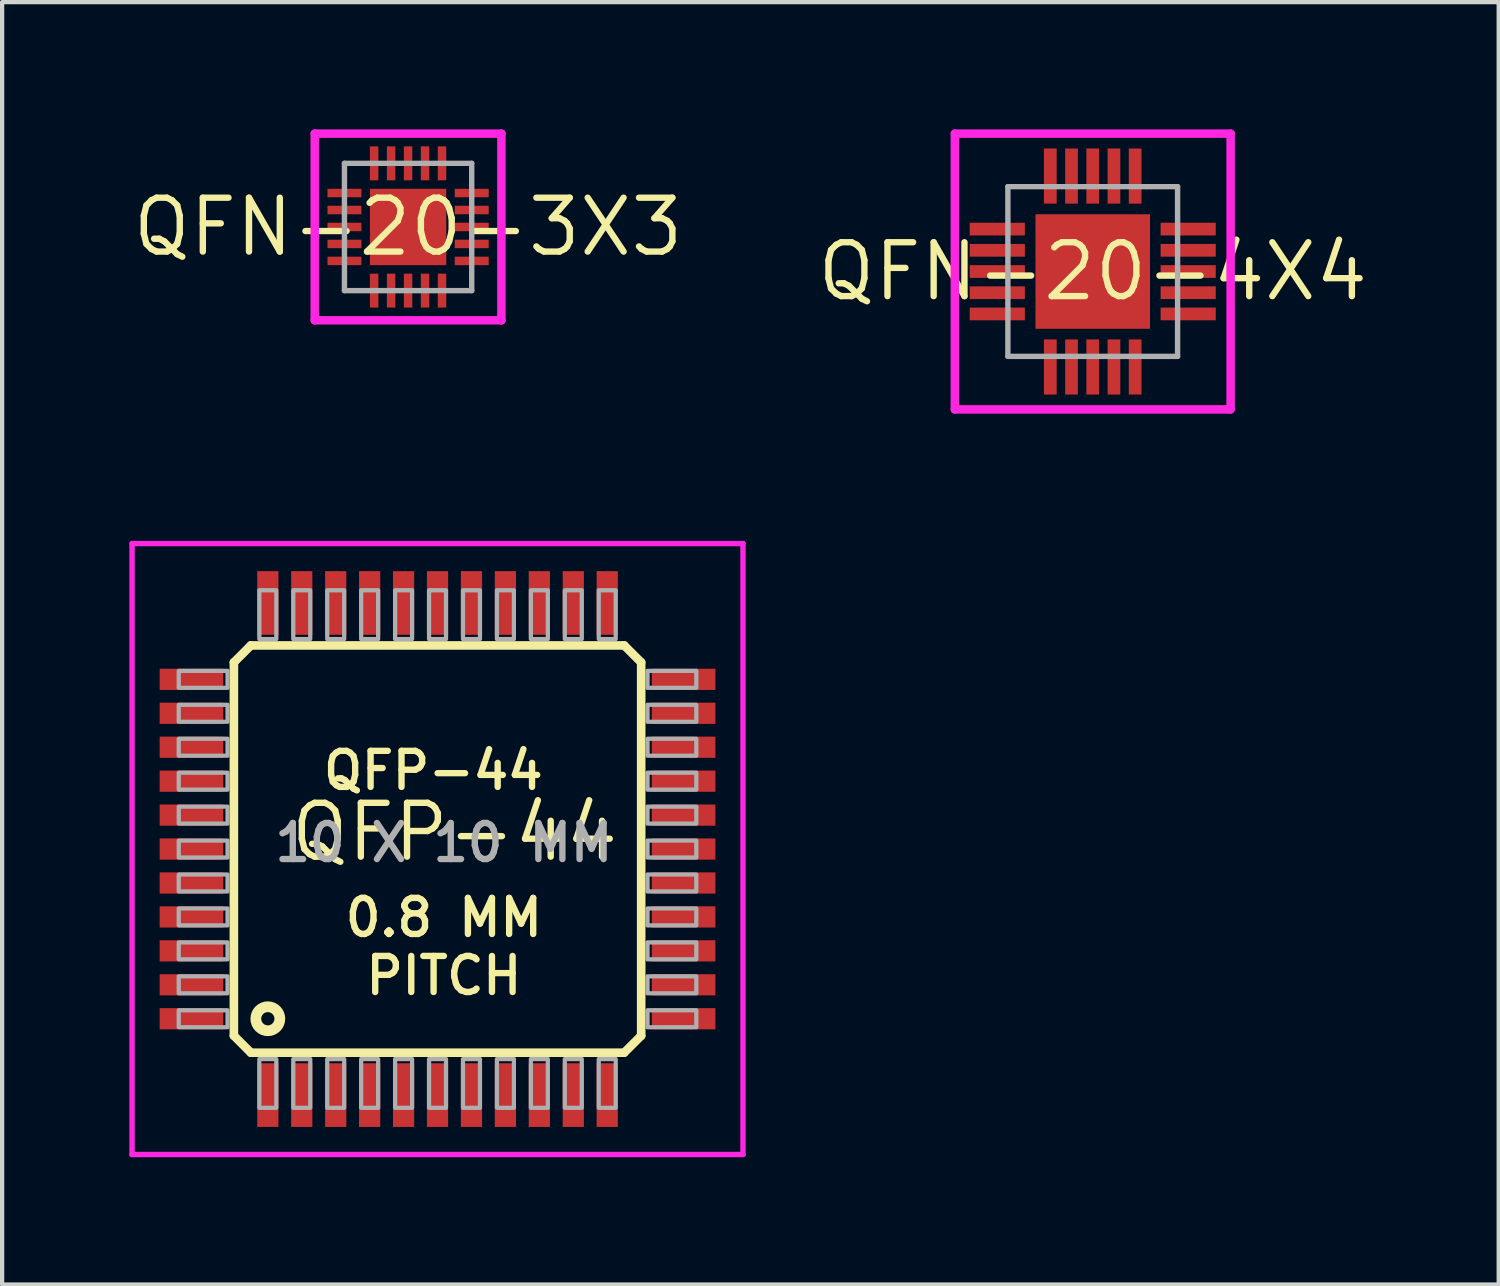
<source format=kicad_pcb>
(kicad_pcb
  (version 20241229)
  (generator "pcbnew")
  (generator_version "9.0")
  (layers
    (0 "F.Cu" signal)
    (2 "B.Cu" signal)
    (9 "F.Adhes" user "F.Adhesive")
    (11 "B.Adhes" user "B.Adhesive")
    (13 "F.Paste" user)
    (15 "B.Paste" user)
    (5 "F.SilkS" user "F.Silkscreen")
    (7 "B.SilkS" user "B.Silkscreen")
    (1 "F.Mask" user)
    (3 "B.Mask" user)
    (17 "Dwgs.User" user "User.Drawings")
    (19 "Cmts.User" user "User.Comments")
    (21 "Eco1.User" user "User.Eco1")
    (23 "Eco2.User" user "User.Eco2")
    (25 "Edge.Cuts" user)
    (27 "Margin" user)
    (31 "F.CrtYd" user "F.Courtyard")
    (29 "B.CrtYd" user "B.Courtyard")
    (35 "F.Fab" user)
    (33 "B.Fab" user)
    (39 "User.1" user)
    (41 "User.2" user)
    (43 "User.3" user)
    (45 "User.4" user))
  (footprint "QFN-20-3X3"
    (layer "F.Cu")
    (at 6.569 2.3)
    (property "Reference" "QFN-20-3X3" (at 0 0 0) (layer "F.SilkS") (effects (font (size 1.27 1.27) (thickness 0.15))))
    (fp_line (start -2.2 -2.2) (end 2.2 -2.2) (stroke (width 0.2) (type solid)) (layer "F.CrtYd"))
    (fp_line (start -2.2 2.2) (end -2.2 -2.2) (stroke (width 0.2) (type solid)) (layer "F.CrtYd"))
    (fp_line (start 2.2 -2.2) (end 2.2 2.2) (stroke (width 0.2) (type solid)) (layer "F.CrtYd"))
    (fp_line (start 2.2 2.2) (end -2.2 2.2) (stroke (width 0.2) (type solid)) (layer "F.CrtYd"))
    (fp_line (start -1.5 -1.5) (end 1.5 -1.5) (stroke (width 0.127) (type solid)) (layer "F.Fab"))
    (fp_line (start -1.5 1.5) (end -1.5 -1.5) (stroke (width 0.127) (type solid)) (layer "F.Fab"))
    (fp_line (start 1.5 -1.5) (end 1.5 1.5) (stroke (width 0.127) (type solid)) (layer "F.Fab"))
    (fp_line (start 1.5 1.5) (end -1.5 1.5) (stroke (width 0.127) (type solid)) (layer "F.Fab"))
    (pad "01" smd roundrect (at -0.8 1.5) (size 0.2 0.8) (layers "F.Cu" "F.Mask" "F.Paste") (roundrect_rratio 0.075))
    (pad "02" smd rect (at -0.4 1.5) (size 0.2 0.8) (layers "F.Cu" "F.Mask" "F.Paste"))
    (pad "03" smd rect (at 0 1.5) (size 0.2 0.8) (layers "F.Cu" "F.Mask" "F.Paste"))
    (pad "04" smd rect (at 0.4 1.5) (size 0.2 0.8) (layers "F.Cu" "F.Mask" "F.Paste"))
    (pad "05" smd rect (at 0.8 1.5) (size 0.2 0.8) (layers "F.Cu" "F.Mask" "F.Paste"))
    (pad "06" smd rect (at 1.5 0.8 90) (size 0.2 0.8) (layers "F.Cu" "F.Mask" "F.Paste"))
    (pad "07" smd rect (at 1.5 0.4 90) (size 0.2 0.8) (layers "F.Cu" "F.Mask" "F.Paste"))
    (pad "08" smd rect (at 1.5 0 90) (size 0.2 0.8) (layers "F.Cu" "F.Mask" "F.Paste"))
    (pad "09" smd rect (at 1.5 -0.4 90) (size 0.2 0.8) (layers "F.Cu" "F.Mask" "F.Paste"))
    (pad "10" smd rect (at 1.5 -0.8 90) (size 0.2 0.8) (layers "F.Cu" "F.Mask" "F.Paste"))
    (pad "11" smd rect (at 0.8 -1.5) (size 0.2 0.8) (layers "F.Cu" "F.Mask" "F.Paste"))
    (pad "12" smd rect (at 0.4 -1.5) (size 0.2 0.8) (layers "F.Cu" "F.Mask" "F.Paste"))
    (pad "13" smd rect (at 0 -1.5) (size 0.2 0.8) (layers "F.Cu" "F.Mask" "F.Paste"))
    (pad "14" smd rect (at -0.4 -1.5) (size 0.2 0.8) (layers "F.Cu" "F.Mask" "F.Paste"))
    (pad "15" smd rect (at -0.8 -1.5) (size 0.2 0.8) (layers "F.Cu" "F.Mask" "F.Paste"))
    (pad "16" smd rect (at -1.5 -0.8 90) (size 0.2 0.8) (layers "F.Cu" "F.Mask" "F.Paste"))
    (pad "17" smd rect (at -1.5 -0.4 90) (size 0.2 0.8) (layers "F.Cu" "F.Mask" "F.Paste"))
    (pad "18" smd rect (at -1.5 0 90) (size 0.2 0.8) (layers "F.Cu" "F.Mask" "F.Paste"))
    (pad "19" smd rect (at -1.5 0.4 90) (size 0.2 0.8) (layers "F.Cu" "F.Mask" "F.Paste"))
    (pad "20" smd roundrect (at -1.5 0.8 90) (size 0.2 0.8) (layers "F.Cu" "F.Mask" "F.Paste") (roundrect_rratio 0.075))
    (pad "P$1" smd rect (at 0 0) (size 1.8 1.8) (layers "F.Cu" "F.Mask" "F.Paste")))
  (footprint "QFN-20-4X4"
    (layer "F.Cu")
    (at 22.707 3.35)
    (property "Reference" "QFN-20-4X4" (at 0 0 0) (layer "F.SilkS") (effects (font (size 1.27 1.27) (thickness 0.15))))
    (fp_line (start -3.25 -3.25) (end 3.25 -3.25) (stroke (width 0.2) (type solid)) (layer "F.CrtYd"))
    (fp_line (start -3.25 3.25) (end -3.25 -3.25) (stroke (width 0.2) (type solid)) (layer "F.CrtYd"))
    (fp_line (start 3.25 -3.25) (end 3.25 3.25) (stroke (width 0.2) (type solid)) (layer "F.CrtYd"))
    (fp_line (start 3.25 3.25) (end -3.25 3.25) (stroke (width 0.2) (type solid)) (layer "F.CrtYd"))
    (fp_line (start -2 -2) (end 2 -2) (stroke (width 0.127) (type solid)) (layer "F.Fab"))
    (fp_line (start -2 2) (end -2 -2) (stroke (width 0.127) (type solid)) (layer "F.Fab"))
    (fp_line (start 2 -2) (end 2 2) (stroke (width 0.127) (type solid)) (layer "F.Fab"))
    (fp_line (start 2 2) (end -2 2) (stroke (width 0.127) (type solid)) (layer "F.Fab"))
    (pad "01" smd rect (at -1 2.25) (size 0.3 1.3) (layers "F.Cu" "F.Mask" "F.Paste"))
    (pad "02" smd rect (at -0.5 2.25) (size 0.3 1.3) (layers "F.Cu" "F.Mask" "F.Paste"))
    (pad "03" smd rect (at 0 2.25) (size 0.3 1.3) (layers "F.Cu" "F.Mask" "F.Paste"))
    (pad "04" smd rect (at 0.5 2.25) (size 0.3 1.3) (layers "F.Cu" "F.Mask" "F.Paste"))
    (pad "05" smd rect (at 1 2.25) (size 0.3 1.3) (layers "F.Cu" "F.Mask" "F.Paste"))
    (pad "06" smd rect (at 2.25 1 270) (size 0.3 1.3) (layers "F.Cu" "F.Mask" "F.Paste"))
    (pad "07" smd rect (at 2.25 0.5 270) (size 0.3 1.3) (layers "F.Cu" "F.Mask" "F.Paste"))
    (pad "08" smd rect (at 2.25 0 270) (size 0.3 1.3) (layers "F.Cu" "F.Mask" "F.Paste"))
    (pad "09" smd rect (at 2.25 -0.5 270) (size 0.3 1.3) (layers "F.Cu" "F.Mask" "F.Paste"))
    (pad "10" smd rect (at 2.25 -1 270) (size 0.3 1.3) (layers "F.Cu" "F.Mask" "F.Paste"))
    (pad "11" smd rect (at 1 -2.25) (size 0.3 1.3) (layers "F.Cu" "F.Mask" "F.Paste"))
    (pad "12" smd rect (at 0.5 -2.25) (size 0.3 1.3) (layers "F.Cu" "F.Mask" "F.Paste"))
    (pad "13" smd rect (at 0 -2.25) (size 0.3 1.3) (layers "F.Cu" "F.Mask" "F.Paste"))
    (pad "14" smd rect (at -0.5 -2.25) (size 0.3 1.3) (layers "F.Cu" "F.Mask" "F.Paste"))
    (pad "15" smd rect (at -1 -2.25) (size 0.3 1.3) (layers "F.Cu" "F.Mask" "F.Paste"))
    (pad "16" smd rect (at -2.25 -1 270) (size 0.3 1.3) (layers "F.Cu" "F.Mask" "F.Paste"))
    (pad "17" smd rect (at -2.25 -0.5 270) (size 0.3 1.3) (layers "F.Cu" "F.Mask" "F.Paste"))
    (pad "18" smd rect (at -2.25 0 270) (size 0.3 1.3) (layers "F.Cu" "F.Mask" "F.Paste"))
    (pad "19" smd rect (at -2.25 0.5 270) (size 0.3 1.3) (layers "F.Cu" "F.Mask" "F.Paste"))
    (pad "20" smd rect (at -2.25 1 270) (size 0.3 1.3) (layers "F.Cu" "F.Mask" "F.Paste"))
    (pad "P$1" smd rect (at 0 0) (size 2.7 2.7) (layers "F.Cu" "F.Mask" "F.Paste")))
  (footprint "QFP-44"
    (layer "F.Cu")
    (at 7.663 16.563)
    (property "Reference" "QFP-44" (at 0 0 0) (layer "F.SilkS") (effects (font (size 1.27 1.27) (thickness 0.15))))
    (fp_line (start -5.2 -4) (end -4.8 -4.4) (stroke (width 0.203) (type solid)) (layer "F.SilkS"))
    (fp_line (start -5.2 4.8) (end -5.2 -4) (stroke (width 0.203) (type solid)) (layer "F.SilkS"))
    (fp_line (start -4.8 -4.4) (end 4 -4.4) (stroke (width 0.203) (type solid)) (layer "F.SilkS"))
    (fp_line (start -4.8 5.2) (end -5.2 4.8) (stroke (width 0.203) (type solid)) (layer "F.SilkS"))
    (fp_line (start 4 -4.4) (end 4.4 -4) (stroke (width 0.203) (type solid)) (layer "F.SilkS"))
    (fp_line (start 4 5.2) (end -4.8 5.2) (stroke (width 0.203) (type solid)) (layer "F.SilkS"))
    (fp_line (start 4.4 -4) (end 4.4 4.8) (stroke (width 0.203) (type solid)) (layer "F.SilkS"))
    (fp_line (start 4.4 4.8) (end 4 5.2) (stroke (width 0.203) (type solid)) (layer "F.SilkS"))
    (fp_circle (center -4.4 4.4) (end -4.117 4.4) (stroke (width 0.254) (type solid)) (fill no) (layer "F.SilkS"))
    (fp_line (start -7.6 -6.8) (end 6.8 -6.8) (stroke (width 0.127) (type solid)) (layer "F.CrtYd"))
    (fp_line (start -7.6 7.6) (end -7.6 -6.8) (stroke (width 0.127) (type solid)) (layer "F.CrtYd"))
    (fp_line (start 6.8 -6.8) (end 6.8 7.6) (stroke (width 0.127) (type solid)) (layer "F.CrtYd"))
    (fp_line (start 6.8 7.6) (end -7.6 7.6) (stroke (width 0.127) (type solid)) (layer "F.CrtYd"))
    (fp_poly (pts (xy -5.35 -3.4) (xy -5.35 -3.8) (xy -6.5 -3.8) (xy -6.5 -3.4)) (stroke (width 0.1) (type solid)) (fill no) (layer "F.Fab"))
    (fp_poly (pts (xy -5.35 -2.6) (xy -5.35 -3) (xy -6.5 -3) (xy -6.5 -2.6)) (stroke (width 0.1) (type solid)) (fill no) (layer "F.Fab"))
    (fp_poly (pts (xy -5.35 -1.8) (xy -5.35 -2.2) (xy -6.5 -2.2) (xy -6.5 -1.8)) (stroke (width 0.1) (type solid)) (fill no) (layer "F.Fab"))
    (fp_poly (pts (xy -5.35 -1) (xy -5.35 -1.4) (xy -6.5 -1.4) (xy -6.5 -1)) (stroke (width 0.1) (type solid)) (fill no) (layer "F.Fab"))
    (fp_poly (pts (xy -5.35 -0.2) (xy -5.35 -0.6) (xy -6.5 -0.6) (xy -6.5 -0.2)) (stroke (width 0.1) (type solid)) (fill no) (layer "F.Fab"))
    (fp_poly (pts (xy -5.35 0.6) (xy -5.35 0.2) (xy -6.5 0.2) (xy -6.5 0.6)) (stroke (width 0.1) (type solid)) (fill no) (layer "F.Fab"))
    (fp_poly (pts (xy -5.35 1.4) (xy -5.35 1) (xy -6.5 1) (xy -6.5 1.4)) (stroke (width 0.1) (type solid)) (fill no) (layer "F.Fab"))
    (fp_poly (pts (xy -5.35 2.2) (xy -5.35 1.8) (xy -6.5 1.8) (xy -6.5 2.2)) (stroke (width 0.1) (type solid)) (fill no) (layer "F.Fab"))
    (fp_poly (pts (xy -5.35 3) (xy -5.35 2.6) (xy -6.5 2.6) (xy -6.5 3)) (stroke (width 0.1) (type solid)) (fill no) (layer "F.Fab"))
    (fp_poly (pts (xy -5.35 3.8) (xy -5.35 3.4) (xy -6.5 3.4) (xy -6.5 3.8)) (stroke (width 0.1) (type solid)) (fill no) (layer "F.Fab"))
    (fp_poly (pts (xy -5.35 4.6) (xy -5.35 4.2) (xy -6.5 4.2) (xy -6.5 4.6)) (stroke (width 0.1) (type solid)) (fill no) (layer "F.Fab"))
    (fp_poly (pts (xy -4.2 -4.55) (xy -4.2 -5.7) (xy -4.6 -5.7) (xy -4.6 -4.55)) (stroke (width 0.1) (type solid)) (fill no) (layer "F.Fab"))
    (fp_poly (pts (xy -4.2 6.5) (xy -4.2 5.35) (xy -4.6 5.35) (xy -4.6 6.5)) (stroke (width 0.1) (type solid)) (fill no) (layer "F.Fab"))
    (fp_poly (pts (xy -3.4 -4.55) (xy -3.4 -5.7) (xy -3.8 -5.7) (xy -3.8 -4.55)) (stroke (width 0.1) (type solid)) (fill no) (layer "F.Fab"))
    (fp_poly (pts (xy -3.4 6.5) (xy -3.4 5.35) (xy -3.8 5.35) (xy -3.8 6.5)) (stroke (width 0.1) (type solid)) (fill no) (layer "F.Fab"))
    (fp_poly (pts (xy -2.6 -4.55) (xy -2.6 -5.7) (xy -3 -5.7) (xy -3 -4.55)) (stroke (width 0.1) (type solid)) (fill no) (layer "F.Fab"))
    (fp_poly (pts (xy -2.6 6.5) (xy -2.6 5.35) (xy -3 5.35) (xy -3 6.5)) (stroke (width 0.1) (type solid)) (fill no) (layer "F.Fab"))
    (fp_poly (pts (xy -1.8 -4.55) (xy -1.8 -5.7) (xy -2.2 -5.7) (xy -2.2 -4.55)) (stroke (width 0.1) (type solid)) (fill no) (layer "F.Fab"))
    (fp_poly (pts (xy -1.8 6.5) (xy -1.8 5.35) (xy -2.2 5.35) (xy -2.2 6.5)) (stroke (width 0.1) (type solid)) (fill no) (layer "F.Fab"))
    (fp_poly (pts (xy -1 -4.55) (xy -1 -5.7) (xy -1.4 -5.7) (xy -1.4 -4.55)) (stroke (width 0.1) (type solid)) (fill no) (layer "F.Fab"))
    (fp_poly (pts (xy -1 6.5) (xy -1 5.35) (xy -1.4 5.35) (xy -1.4 6.5)) (stroke (width 0.1) (type solid)) (fill no) (layer "F.Fab"))
    (fp_poly (pts (xy -0.2 -4.55) (xy -0.2 -5.7) (xy -0.6 -5.7) (xy -0.6 -4.55)) (stroke (width 0.1) (type solid)) (fill no) (layer "F.Fab"))
    (fp_poly (pts (xy -0.2 6.5) (xy -0.2 5.35) (xy -0.6 5.35) (xy -0.6 6.5)) (stroke (width 0.1) (type solid)) (fill no) (layer "F.Fab"))
    (fp_poly (pts (xy 0.6 -4.55) (xy 0.6 -5.7) (xy 0.2 -5.7) (xy 0.2 -4.55)) (stroke (width 0.1) (type solid)) (fill no) (layer "F.Fab"))
    (fp_poly (pts (xy 0.6 6.5) (xy 0.6 5.35) (xy 0.2 5.35) (xy 0.2 6.5)) (stroke (width 0.1) (type solid)) (fill no) (layer "F.Fab"))
    (fp_poly (pts (xy 1.4 -4.55) (xy 1.4 -5.7) (xy 1 -5.7) (xy 1 -4.55)) (stroke (width 0.1) (type solid)) (fill no) (layer "F.Fab"))
    (fp_poly (pts (xy 1.4 6.5) (xy 1.4 5.35) (xy 1 5.35) (xy 1 6.5)) (stroke (width 0.1) (type solid)) (fill no) (layer "F.Fab"))
    (fp_poly (pts (xy 2.2 -4.55) (xy 2.2 -5.7) (xy 1.8 -5.7) (xy 1.8 -4.55)) (stroke (width 0.1) (type solid)) (fill no) (layer "F.Fab"))
    (fp_poly (pts (xy 2.2 6.5) (xy 2.2 5.35) (xy 1.8 5.35) (xy 1.8 6.5)) (stroke (width 0.1) (type solid)) (fill no) (layer "F.Fab"))
    (fp_poly (pts (xy 3 -4.55) (xy 3 -5.7) (xy 2.6 -5.7) (xy 2.6 -4.55)) (stroke (width 0.1) (type solid)) (fill no) (layer "F.Fab"))
    (fp_poly (pts (xy 3 6.5) (xy 3 5.35) (xy 2.6 5.35) (xy 2.6 6.5)) (stroke (width 0.1) (type solid)) (fill no) (layer "F.Fab"))
    (fp_poly (pts (xy 3.8 -4.55) (xy 3.8 -5.7) (xy 3.4 -5.7) (xy 3.4 -4.55)) (stroke (width 0.1) (type solid)) (fill no) (layer "F.Fab"))
    (fp_poly (pts (xy 3.8 6.5) (xy 3.8 5.35) (xy 3.4 5.35) (xy 3.4 6.5)) (stroke (width 0.1) (type solid)) (fill no) (layer "F.Fab"))
    (fp_poly (pts (xy 5.7 -3.4) (xy 5.7 -3.8) (xy 4.55 -3.8) (xy 4.55 -3.4)) (stroke (width 0.1) (type solid)) (fill no) (layer "F.Fab"))
    (fp_poly (pts (xy 5.7 -2.6) (xy 5.7 -3) (xy 4.55 -3) (xy 4.55 -2.6)) (stroke (width 0.1) (type solid)) (fill no) (layer "F.Fab"))
    (fp_poly (pts (xy 5.7 -1.8) (xy 5.7 -2.2) (xy 4.55 -2.2) (xy 4.55 -1.8)) (stroke (width 0.1) (type solid)) (fill no) (layer "F.Fab"))
    (fp_poly (pts (xy 5.7 -1) (xy 5.7 -1.4) (xy 4.55 -1.4) (xy 4.55 -1)) (stroke (width 0.1) (type solid)) (fill no) (layer "F.Fab"))
    (fp_poly (pts (xy 5.7 -0.2) (xy 5.7 -0.6) (xy 4.55 -0.6) (xy 4.55 -0.2)) (stroke (width 0.1) (type solid)) (fill no) (layer "F.Fab"))
    (fp_poly (pts (xy 5.7 0.6) (xy 5.7 0.2) (xy 4.55 0.2) (xy 4.55 0.6)) (stroke (width 0.1) (type solid)) (fill no) (layer "F.Fab"))
    (fp_poly (pts (xy 5.7 1.4) (xy 5.7 1) (xy 4.55 1) (xy 4.55 1.4)) (stroke (width 0.1) (type solid)) (fill no) (layer "F.Fab"))
    (fp_poly (pts (xy 5.7 2.2) (xy 5.7 1.8) (xy 4.55 1.8) (xy 4.55 2.2)) (stroke (width 0.1) (type solid)) (fill no) (layer "F.Fab"))
    (fp_poly (pts (xy 5.7 3) (xy 5.7 2.6) (xy 4.55 2.6) (xy 4.55 3)) (stroke (width 0.1) (type solid)) (fill no) (layer "F.Fab"))
    (fp_poly (pts (xy 5.7 3.8) (xy 5.7 3.4) (xy 4.55 3.4) (xy 4.55 3.8)) (stroke (width 0.1) (type solid)) (fill no) (layer "F.Fab"))
    (fp_poly (pts (xy 5.7 4.6) (xy 5.7 4.2) (xy 4.55 4.2) (xy 4.55 4.6)) (stroke (width 0.1) (type solid)) (fill no) (layer "F.Fab"))
    (fp_text user "0.8 MM\nPITCH" (at -0.25 2.7 0) (layer "F.SilkS") (effects (font (size 0.85 0.85) (thickness 0.15))))
    (fp_text user "QFP-44" (at -0.5 -1.45 0) (layer "F.SilkS") (effects (font (size 0.85 0.85) (thickness 0.15))))
    (fp_text user "10 X 10 MM" (at -0.25 0.25 0) (layer "F.Fab") (effects (font (size 0.85 0.85) (thickness 0.15))))
    (pad "1" smd rect (at -4.4 6.2 90) (size 1.5 0.5) (layers "F.Cu" "F.Mask" "F.Paste"))
    (pad "2" smd rect (at -3.6 6.2 90) (size 1.5 0.5) (layers "F.Cu" "F.Mask" "F.Paste"))
    (pad "3" smd rect (at -2.8 6.2 90) (size 1.5 0.5) (layers "F.Cu" "F.Mask" "F.Paste"))
    (pad "4" smd rect (at -2 6.2 90) (size 1.5 0.5) (layers "F.Cu" "F.Mask" "F.Paste"))
    (pad "5" smd rect (at -1.2 6.2 90) (size 1.5 0.5) (layers "F.Cu" "F.Mask" "F.Paste"))
    (pad "6" smd rect (at -0.4 6.2 90) (size 1.5 0.5) (layers "F.Cu" "F.Mask" "F.Paste"))
    (pad "7" smd rect (at 0.4 6.2 90) (size 1.5 0.5) (layers "F.Cu" "F.Mask" "F.Paste"))
    (pad "8" smd rect (at 1.2 6.2 90) (size 1.5 0.5) (layers "F.Cu" "F.Mask" "F.Paste"))
    (pad "9" smd rect (at 2 6.2 90) (size 1.5 0.5) (layers "F.Cu" "F.Mask" "F.Paste"))
    (pad "10" smd rect (at 2.8 6.2 90) (size 1.5 0.5) (layers "F.Cu" "F.Mask" "F.Paste"))
    (pad "11" smd rect (at 3.6 6.2 90) (size 1.5 0.5) (layers "F.Cu" "F.Mask" "F.Paste"))
    (pad "12" smd rect (at 5.4 4.4 90) (size 0.5 1.5) (layers "F.Cu" "F.Mask" "F.Paste"))
    (pad "13" smd rect (at 5.4 3.6 90) (size 0.5 1.5) (layers "F.Cu" "F.Mask" "F.Paste"))
    (pad "14" smd rect (at 5.4 2.8 90) (size 0.5 1.5) (layers "F.Cu" "F.Mask" "F.Paste"))
    (pad "15" smd rect (at 5.4 2 90) (size 0.5 1.5) (layers "F.Cu" "F.Mask" "F.Paste"))
    (pad "16" smd rect (at 5.4 1.2 90) (size 0.5 1.5) (layers "F.Cu" "F.Mask" "F.Paste"))
    (pad "17" smd rect (at 5.4 0.4 90) (size 0.5 1.5) (layers "F.Cu" "F.Mask" "F.Paste"))
    (pad "18" smd rect (at 5.4 -0.4 90) (size 0.5 1.5) (layers "F.Cu" "F.Mask" "F.Paste"))
    (pad "19" smd rect (at 5.4 -1.2 90) (size 0.5 1.5) (layers "F.Cu" "F.Mask" "F.Paste"))
    (pad "20" smd rect (at 5.4 -2 90) (size 0.5 1.5) (layers "F.Cu" "F.Mask" "F.Paste"))
    (pad "21" smd rect (at 5.4 -2.8 90) (size 0.5 1.5) (layers "F.Cu" "F.Mask" "F.Paste"))
    (pad "22" smd rect (at 5.4 -3.6 90) (size 0.5 1.5) (layers "F.Cu" "F.Mask" "F.Paste"))
    (pad "23" smd rect (at 3.6 -5.4 90) (size 1.5 0.5) (layers "F.Cu" "F.Mask" "F.Paste"))
    (pad "24" smd rect (at 2.8 -5.4 90) (size 1.5 0.5) (layers "F.Cu" "F.Mask" "F.Paste"))
    (pad "25" smd rect (at 2 -5.4 90) (size 1.5 0.5) (layers "F.Cu" "F.Mask" "F.Paste"))
    (pad "26" smd rect (at 1.2 -5.4 90) (size 1.5 0.5) (layers "F.Cu" "F.Mask" "F.Paste"))
    (pad "27" smd rect (at 0.4 -5.4 90) (size 1.5 0.5) (layers "F.Cu" "F.Mask" "F.Paste"))
    (pad "28" smd rect (at -0.4 -5.4 90) (size 1.5 0.5) (layers "F.Cu" "F.Mask" "F.Paste"))
    (pad "29" smd rect (at -1.2 -5.4 90) (size 1.5 0.5) (layers "F.Cu" "F.Mask" "F.Paste"))
    (pad "30" smd rect (at -2 -5.4 90) (size 1.5 0.5) (layers "F.Cu" "F.Mask" "F.Paste"))
    (pad "31" smd rect (at -2.8 -5.4 90) (size 1.5 0.5) (layers "F.Cu" "F.Mask" "F.Paste"))
    (pad "32" smd rect (at -3.6 -5.4 90) (size 1.5 0.5) (layers "F.Cu" "F.Mask" "F.Paste"))
    (pad "33" smd rect (at -4.4 -5.4 90) (size 1.5 0.5) (layers "F.Cu" "F.Mask" "F.Paste"))
    (pad "34" smd rect (at -6.2 -3.6 90) (size 0.5 1.5) (layers "F.Cu" "F.Mask" "F.Paste"))
    (pad "35" smd rect (at -6.2 -2.8 90) (size 0.5 1.5) (layers "F.Cu" "F.Mask" "F.Paste"))
    (pad "36" smd rect (at -6.2 -2 90) (size 0.5 1.5) (layers "F.Cu" "F.Mask" "F.Paste"))
    (pad "37" smd rect (at -6.2 -1.2 90) (size 0.5 1.5) (layers "F.Cu" "F.Mask" "F.Paste"))
    (pad "38" smd rect (at -6.2 -0.4 90) (size 0.5 1.5) (layers "F.Cu" "F.Mask" "F.Paste"))
    (pad "39" smd rect (at -6.2 0.4 90) (size 0.5 1.5) (layers "F.Cu" "F.Mask" "F.Paste"))
    (pad "40" smd rect (at -6.2 1.2 90) (size 0.5 1.5) (layers "F.Cu" "F.Mask" "F.Paste"))
    (pad "41" smd rect (at -6.2 2 90) (size 0.5 1.5) (layers "F.Cu" "F.Mask" "F.Paste"))
    (pad "42" smd rect (at -6.2 2.8 90) (size 0.5 1.5) (layers "F.Cu" "F.Mask" "F.Paste"))
    (pad "43" smd rect (at -6.2 3.6 90) (size 0.5 1.5) (layers "F.Cu" "F.Mask" "F.Paste"))
    (pad "44" smd rect (at -6.2 4.4 90) (size 0.5 1.5) (layers "F.Cu" "F.Mask" "F.Paste")))
  (gr_rect
    (start -3 -3)
    (end 32.276 27.227)
    (stroke (width 0.1) (type default))
    (fill no)
    (layer "Edge.Cuts")))
</source>
